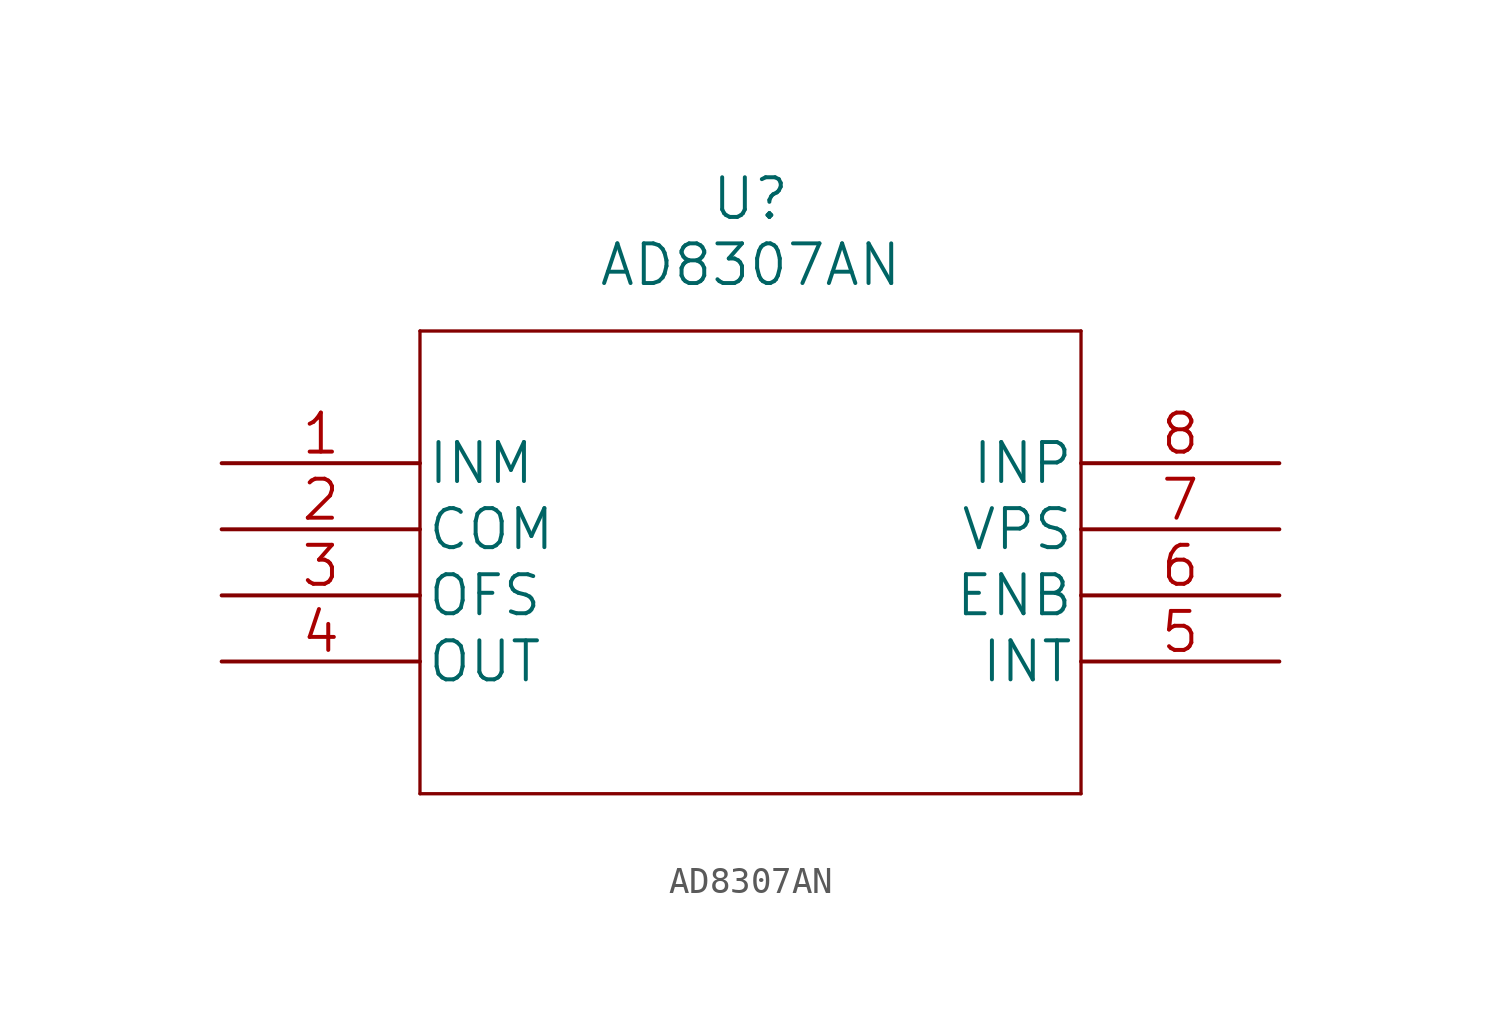
<source format=kicad_sym>
(kicad_symbol_lib
  (version 20211014)
  (generator kicad_symbol_editor)
  (symbol "AD8307AN"
    (pin_names
      (offset 0.254))
    (property "Reference" "U"
      (at 20.32 10.16 0)
      (effects (font (size 1.524 1.524))))
    (property "Value" "AD8307AN"
      (at 20.32 7.62 0)
      (effects (font (size 1.524 1.524))))
    (property "Datasheet" ""
      (at 0 0 0)
      (effects (font (size 1.524 1.524))))
    (property "ki_locked" ""
      (at 0 0 0)
      (effects (font (size 1.27 1.27))))
    (symbol "AD8307AN_1_1"
      (polyline (pts (xy 7.62 -12.7) (xy 33.02 -12.7)) (stroke (width 0.127) (type default) (color 0 0 0 0)) (fill (type none)))
      (polyline (pts (xy 7.62 5.08) (xy 7.62 -12.7)) (stroke (width 0.127) (type default) (color 0 0 0 0)) (fill (type none)))
      (polyline (pts (xy 33.02 -12.7) (xy 33.02 5.08)) (stroke (width 0.127) (type default) (color 0 0 0 0)) (fill (type none)))
      (polyline (pts (xy 33.02 5.08) (xy 7.62 5.08)) (stroke (width 0.127) (type default) (color 0 0 0 0)) (fill (type none)))
      (pin passive line (at 0 0 0) (length 7.62) (name "INM" (effects (font (size 1.499 1.499)))) (number "1" (effects (font (size 1.499 1.499)))))
      (pin passive line (at 0 -2.54 0) (length 7.62) (name "COM" (effects (font (size 1.499 1.499)))) (number "2" (effects (font (size 1.499 1.499)))))
      (pin passive line (at 0 -5.08 0) (length 7.62) (name "OFS" (effects (font (size 1.499 1.499)))) (number "3" (effects (font (size 1.499 1.499)))))
      (pin passive line (at 0 -7.62 0) (length 7.62) (name "OUT" (effects (font (size 1.499 1.499)))) (number "4" (effects (font (size 1.499 1.499)))))
      (pin passive line (at 40.64 -7.62 180) (length 7.62) (name "INT" (effects (font (size 1.499 1.499)))) (number "5" (effects (font (size 1.499 1.499)))))
      (pin passive line (at 40.64 -5.08 180) (length 7.62) (name "ENB" (effects (font (size 1.499 1.499)))) (number "6" (effects (font (size 1.499 1.499)))))
      (pin power_in line (at 40.64 -2.54 180) (length 7.62) (name "VPS" (effects (font (size 1.499 1.499)))) (number "7" (effects (font (size 1.499 1.499)))))
      (pin passive line (at 40.64 0 180) (length 7.62) (name "INP" (effects (font (size 1.499 1.499)))) (number "8" (effects (font (size 1.499 1.499))))))))
</source>
